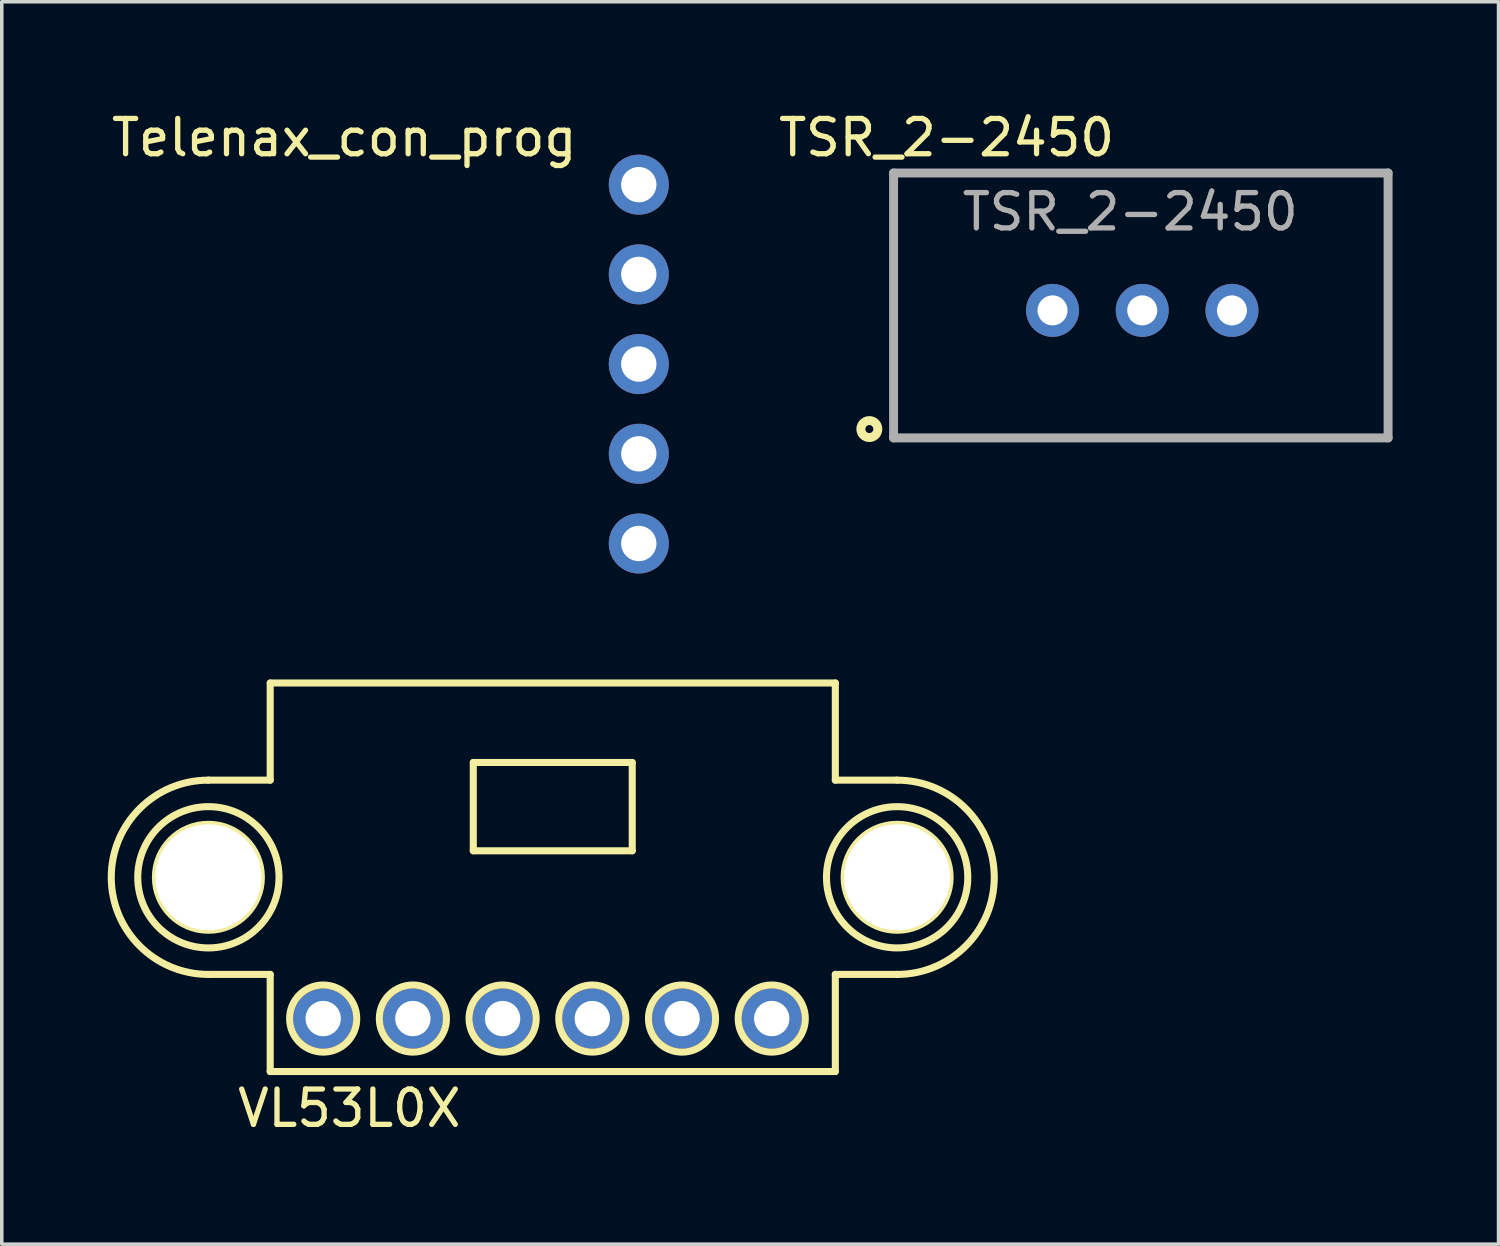
<source format=kicad_pcb>
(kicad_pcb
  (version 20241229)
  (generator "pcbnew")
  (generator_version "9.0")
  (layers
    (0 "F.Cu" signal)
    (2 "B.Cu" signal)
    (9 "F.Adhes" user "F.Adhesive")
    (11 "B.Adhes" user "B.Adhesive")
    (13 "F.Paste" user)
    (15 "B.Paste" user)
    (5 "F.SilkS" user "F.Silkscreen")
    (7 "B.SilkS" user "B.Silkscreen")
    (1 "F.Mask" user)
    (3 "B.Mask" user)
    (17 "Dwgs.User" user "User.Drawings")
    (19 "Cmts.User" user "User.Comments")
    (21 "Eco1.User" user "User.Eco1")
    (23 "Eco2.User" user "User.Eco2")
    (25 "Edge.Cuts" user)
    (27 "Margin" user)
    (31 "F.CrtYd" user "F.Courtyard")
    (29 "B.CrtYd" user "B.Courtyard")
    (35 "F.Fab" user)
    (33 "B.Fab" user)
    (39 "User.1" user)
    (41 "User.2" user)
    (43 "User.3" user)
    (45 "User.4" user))
  (footprint "TSR_2-2450"
    (layer "F.Cu")
    (at 22.25 1.848)
    (property "Reference" "TSR_2-2450" (at 1.5 -1 0) (layer "F.SilkS") (effects (font (size 1 1) (thickness 0.15))))
    (attr through_hole)
    (fp_line (start 0 0) (end 14 0) (stroke (width 0.15) (type solid)) (layer "F.SilkS"))
    (fp_line (start 0 7.5) (end 0 0) (stroke (width 0.15) (type solid)) (layer "F.SilkS"))
    (fp_line (start 14 0) (end 14 7.5) (stroke (width 0.15) (type solid)) (layer "F.SilkS"))
    (fp_line (start 14 7.5) (end 0 7.5) (stroke (width 0.15) (type solid)) (layer "F.SilkS"))
    (fp_circle (center -0.687 7.25) (end -0.687 7.363) (stroke (width 0.254) (type solid)) (fill no) (layer "F.SilkS"))
    (fp_line (start 0 0) (end 14 0) (stroke (width 0.254) (type solid)) (layer "F.Fab"))
    (fp_line (start 0 7.5) (end 0 0) (stroke (width 0.254) (type solid)) (layer "F.Fab"))
    (fp_line (start 14 0) (end 14 7.5) (stroke (width 0.254) (type solid)) (layer "F.Fab"))
    (fp_line (start 14 7.5) (end 0 7.5) (stroke (width 0.254) (type solid)) (layer "F.Fab"))
    (fp_text user "${REFERENCE}" (at 6.7 1.1 0) (layer "F.Fab") (effects (font (size 1 1) (thickness 0.15))))
    (pad "1" thru_hole circle (at 4.5 3.89) (size 1.5 1.5) (drill 0.85) (layers "*.Cu" "*.Mask"))
    (pad "2" thru_hole circle (at 7.04 3.89) (size 1.5 1.5) (drill 0.85) (layers "*.Cu" "*.Mask"))
    (pad "3" thru_hole circle (at 9.58 3.89) (size 1.5 1.5) (drill 0.85) (layers "*.Cu" "*.Mask")))
  (footprint "VL53L0X"
    (layer "F.Cu")
    (at 12.53 21.728)
    (property "Reference" "VL53L0X" (at -5.69 6.6 0) (layer "F.SilkS") (effects (font (size 1 1) (thickness 0.15))))
    (attr through_hole)
    (fp_line (start -9.68 -2.69) (end -7.93 -2.69) (stroke (width 0.2) (type solid)) (layer "F.SilkS"))
    (fp_line (start -9.68 2.81) (end -7.93 2.81) (stroke (width 0.2) (type solid)) (layer "F.SilkS"))
    (fp_line (start -7.93 -5.44) (end -7.93 -2.69) (stroke (width 0.2) (type solid)) (layer "F.SilkS"))
    (fp_line (start -7.93 -5.44) (end 8.07 -5.44) (stroke (width 0.2) (type solid)) (layer "F.SilkS"))
    (fp_line (start -7.93 5.56) (end -7.93 2.81) (stroke (width 0.2) (type solid)) (layer "F.SilkS"))
    (fp_line (start -7.93 5.56) (end 8.07 5.56) (stroke (width 0.2) (type solid)) (layer "F.SilkS"))
    (fp_line (start -2.18 -3.19) (end 2.32 -3.19) (stroke (width 0.2) (type solid)) (layer "F.SilkS"))
    (fp_line (start -2.18 -0.69) (end -2.18 -3.19) (stroke (width 0.2) (type solid)) (layer "F.SilkS"))
    (fp_line (start 2.32 -3.19) (end 2.32 -0.69) (stroke (width 0.2) (type solid)) (layer "F.SilkS"))
    (fp_line (start 2.32 -0.69) (end -2.18 -0.69) (stroke (width 0.2) (type solid)) (layer "F.SilkS"))
    (fp_line (start 8.07 -5.44) (end 8.07 -2.69) (stroke (width 0.2) (type solid)) (layer "F.SilkS"))
    (fp_line (start 8.07 5.56) (end 8.07 2.81) (stroke (width 0.2) (type solid)) (layer "F.SilkS"))
    (fp_line (start 9.82 -2.69) (end 8.07 -2.69) (stroke (width 0.2) (type solid)) (layer "F.SilkS"))
    (fp_line (start 9.82 2.81) (end 8.07 2.81) (stroke (width 0.2) (type solid)) (layer "F.SilkS"))
    (fp_arc (start -9.680001 2.81) (mid -12.430001 0.06) (end -9.680001 -2.69) (stroke (width 0.2) (type solid)) (layer "F.SilkS"))
    (fp_arc (start 9.820001 -2.69) (mid 12.570001 0.06) (end 9.820001 2.81) (stroke (width 0.2) (type solid)) (layer "F.SilkS"))
    (fp_circle (center -9.68 0.06) (end -11.68 0.06) (stroke (width 0.2) (type solid)) (fill no) (layer "F.SilkS"))
    (fp_circle (center -9.68 0.06) (end -11.18 0.06) (stroke (width 0.2) (type solid)) (fill no) (layer "F.SilkS"))
    (fp_circle (center -6.43 4.06) (end -7.38 4.06) (stroke (width 0.2) (type solid)) (fill no) (layer "F.SilkS"))
    (fp_circle (center -3.89 4.06) (end -4.84 4.06) (stroke (width 0.2) (type solid)) (fill no) (layer "F.SilkS"))
    (fp_circle (center -1.35 4.06) (end -2.3 4.06) (stroke (width 0.2) (type solid)) (fill no) (layer "F.SilkS"))
    (fp_circle (center 1.19 4.06) (end 0.24 4.06) (stroke (width 0.2) (type solid)) (fill no) (layer "F.SilkS"))
    (fp_circle (center 3.73 4.06) (end 2.78 4.06) (stroke (width 0.2) (type solid)) (fill no) (layer "F.SilkS"))
    (fp_circle (center 6.27 4.06) (end 5.32 4.06) (stroke (width 0.2) (type solid)) (fill no) (layer "F.SilkS"))
    (fp_circle (center 9.82 0.06) (end 7.82 0.06) (stroke (width 0.2) (type solid)) (fill no) (layer "F.SilkS"))
    (fp_circle (center 9.82 0.06) (end 8.32 0.06) (stroke (width 0.2) (type solid)) (fill no) (layer "F.SilkS"))
    (pad "" thru_hole circle (at -9.68 0.06) (size 3 3) (drill 3) (layers "*.Cu" "*.Mask"))
    (pad "" thru_hole circle (at 9.82 0.06) (size 3 3) (drill 3) (layers "*.Cu" "*.Mask"))
    (pad "1" thru_hole circle (at -6.43 4.06) (size 1.7 1.7) (drill 1) (layers "*.Cu" "*.Mask"))
    (pad "2" thru_hole circle (at -3.89 4.06) (size 1.7 1.7) (drill 1) (layers "*.Cu" "*.Mask"))
    (pad "3" thru_hole circle (at -1.35 4.06) (size 1.7 1.7) (drill 1) (layers "*.Cu" "*.Mask"))
    (pad "4" thru_hole circle (at 1.19 4.06) (size 1.7 1.7) (drill 1) (layers "*.Cu" "*.Mask"))
    (pad "5" thru_hole circle (at 3.73 4.06) (size 1.7 1.7) (drill 1) (layers "*.Cu" "*.Mask"))
    (pad "6" thru_hole circle (at 6.27 4.06) (size 1.7 1.7) (drill 1) (layers "*.Cu" "*.Mask")))
  (footprint "Telenax_con_prog"
    (layer "F.Cu")
    (at 15.036 2.178)
    (property "Reference" "Telenax_con_prog" (at -8.34 -1.33 0) (layer "F.SilkS") (effects (font (size 1 1) (thickness 0.15))))
    (attr through_hole)
    (pad "1" thru_hole circle (at 0 0) (size 1.7 1.7) (drill 1) (layers "*.Cu" "*.Mask"))
    (pad "2" thru_hole oval (at 0 2.54) (size 1.7 1.7) (drill 1) (layers "*.Cu" "*.Mask"))
    (pad "3" thru_hole oval (at 0 5.08) (size 1.7 1.7) (drill 1) (layers "*.Cu" "*.Mask"))
    (pad "4" thru_hole oval (at 0 7.62) (size 1.7 1.7) (drill 1) (layers "*.Cu" "*.Mask"))
    (pad "5" thru_hole oval (at 0 10.16) (size 1.7 1.7) (drill 1) (layers "*.Cu" "*.Mask")))
  (gr_rect
    (start -3 -3)
    (end 39.377 32.176)
    (stroke (width 0.1) (type default))
    (fill no)
    (layer "Edge.Cuts")))
</source>
